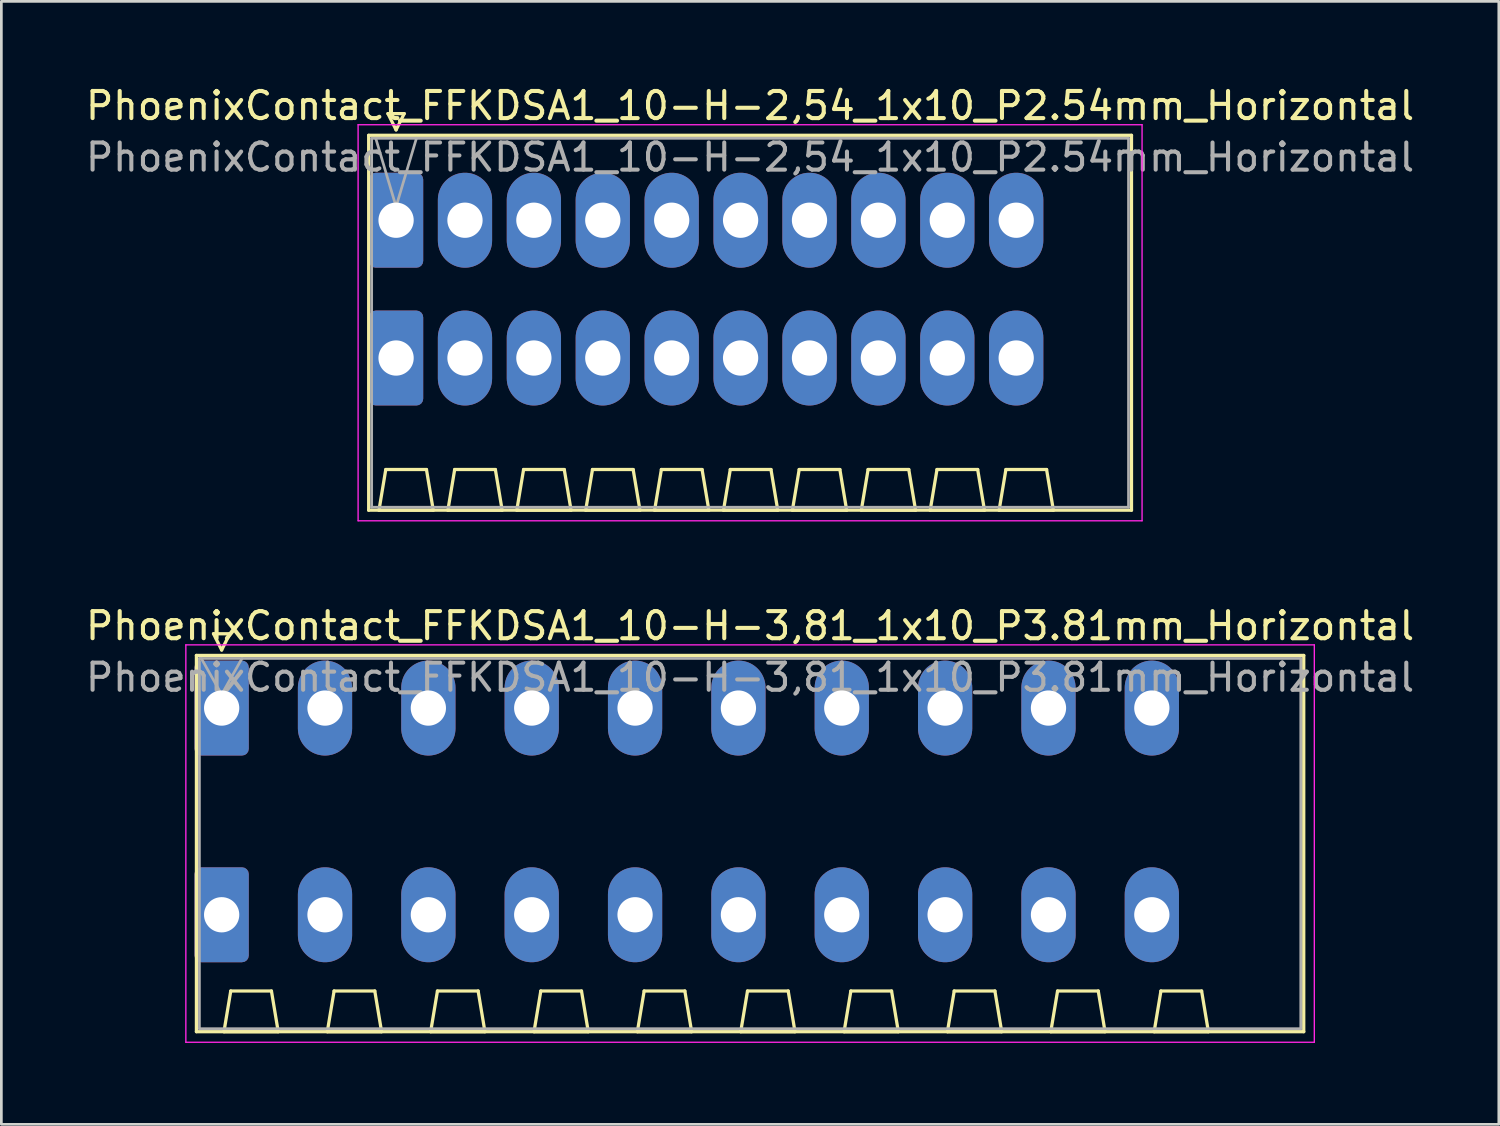
<source format=kicad_pcb>
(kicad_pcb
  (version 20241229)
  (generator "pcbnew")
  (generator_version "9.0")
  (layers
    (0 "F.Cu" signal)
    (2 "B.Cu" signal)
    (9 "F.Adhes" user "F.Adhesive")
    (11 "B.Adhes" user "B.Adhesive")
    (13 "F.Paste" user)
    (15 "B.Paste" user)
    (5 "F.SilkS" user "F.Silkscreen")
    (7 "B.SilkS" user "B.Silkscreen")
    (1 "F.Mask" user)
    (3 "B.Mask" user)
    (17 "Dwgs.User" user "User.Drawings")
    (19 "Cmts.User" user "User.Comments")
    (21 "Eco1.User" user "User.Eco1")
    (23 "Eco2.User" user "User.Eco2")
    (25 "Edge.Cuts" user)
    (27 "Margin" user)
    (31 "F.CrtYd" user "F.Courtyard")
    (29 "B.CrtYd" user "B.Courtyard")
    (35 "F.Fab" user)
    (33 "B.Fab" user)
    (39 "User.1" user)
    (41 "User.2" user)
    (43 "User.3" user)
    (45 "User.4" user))
  (footprint "PhoenixContact_FFKDSA1_10-H-3,81_1x10_P3.81mm_Horizontal"
    (layer "F.Cu")
    (at 5.121 23.052)
    (property "Reference" "PhoenixContact_FFKDSA1_10-H-3,81_1x10_P3.81mm_Horizontal" (at 19.48 -3.03 0) (layer "F.SilkS") (effects (font (size 1 1) (thickness 0.15))))
    (attr through_hole)
    (fp_line (start -0.93 -1.94) (end -0.93 11.93) (stroke (width 0.12) (type solid)) (layer "F.SilkS"))
    (fp_line (start -0.93 11.93) (end 39.89 11.93) (stroke (width 0.12) (type solid)) (layer "F.SilkS"))
    (fp_line (start -0.3 -2.74) (end 0.3 -2.74) (stroke (width 0.12) (type solid)) (layer "F.SilkS"))
    (fp_line (start 0 -2.14) (end -0.3 -2.74) (stroke (width 0.12) (type solid)) (layer "F.SilkS"))
    (fp_line (start 0.085 11.93) (end 2.085 11.93) (stroke (width 0.12) (type solid)) (layer "F.SilkS"))
    (fp_line (start 0.3 -2.74) (end 0 -2.14) (stroke (width 0.12) (type solid)) (layer "F.SilkS"))
    (fp_line (start 0.335 10.43) (end 0.085 11.93) (stroke (width 0.12) (type solid)) (layer "F.SilkS"))
    (fp_line (start 1.835 10.43) (end 0.335 10.43) (stroke (width 0.12) (type solid)) (layer "F.SilkS"))
    (fp_line (start 2.085 11.93) (end 1.835 10.43) (stroke (width 0.12) (type solid)) (layer "F.SilkS"))
    (fp_line (start 3.895 11.93) (end 5.895 11.93) (stroke (width 0.12) (type solid)) (layer "F.SilkS"))
    (fp_line (start 4.145 10.43) (end 3.895 11.93) (stroke (width 0.12) (type solid)) (layer "F.SilkS"))
    (fp_line (start 5.645 10.43) (end 4.145 10.43) (stroke (width 0.12) (type solid)) (layer "F.SilkS"))
    (fp_line (start 5.895 11.93) (end 5.645 10.43) (stroke (width 0.12) (type solid)) (layer "F.SilkS"))
    (fp_line (start 7.705 11.93) (end 9.705 11.93) (stroke (width 0.12) (type solid)) (layer "F.SilkS"))
    (fp_line (start 7.955 10.43) (end 7.705 11.93) (stroke (width 0.12) (type solid)) (layer "F.SilkS"))
    (fp_line (start 9.455 10.43) (end 7.955 10.43) (stroke (width 0.12) (type solid)) (layer "F.SilkS"))
    (fp_line (start 9.705 11.93) (end 9.455 10.43) (stroke (width 0.12) (type solid)) (layer "F.SilkS"))
    (fp_line (start 11.515 11.93) (end 13.515 11.93) (stroke (width 0.12) (type solid)) (layer "F.SilkS"))
    (fp_line (start 11.765 10.43) (end 11.515 11.93) (stroke (width 0.12) (type solid)) (layer "F.SilkS"))
    (fp_line (start 13.265 10.43) (end 11.765 10.43) (stroke (width 0.12) (type solid)) (layer "F.SilkS"))
    (fp_line (start 13.515 11.93) (end 13.265 10.43) (stroke (width 0.12) (type solid)) (layer "F.SilkS"))
    (fp_line (start 15.325 11.93) (end 17.325 11.93) (stroke (width 0.12) (type solid)) (layer "F.SilkS"))
    (fp_line (start 15.575 10.43) (end 15.325 11.93) (stroke (width 0.12) (type solid)) (layer "F.SilkS"))
    (fp_line (start 17.075 10.43) (end 15.575 10.43) (stroke (width 0.12) (type solid)) (layer "F.SilkS"))
    (fp_line (start 17.325 11.93) (end 17.075 10.43) (stroke (width 0.12) (type solid)) (layer "F.SilkS"))
    (fp_line (start 19.135 11.93) (end 21.135 11.93) (stroke (width 0.12) (type solid)) (layer "F.SilkS"))
    (fp_line (start 19.385 10.43) (end 19.135 11.93) (stroke (width 0.12) (type solid)) (layer "F.SilkS"))
    (fp_line (start 20.885 10.43) (end 19.385 10.43) (stroke (width 0.12) (type solid)) (layer "F.SilkS"))
    (fp_line (start 21.135 11.93) (end 20.885 10.43) (stroke (width 0.12) (type solid)) (layer "F.SilkS"))
    (fp_line (start 22.945 11.93) (end 24.945 11.93) (stroke (width 0.12) (type solid)) (layer "F.SilkS"))
    (fp_line (start 23.195 10.43) (end 22.945 11.93) (stroke (width 0.12) (type solid)) (layer "F.SilkS"))
    (fp_line (start 24.695 10.43) (end 23.195 10.43) (stroke (width 0.12) (type solid)) (layer "F.SilkS"))
    (fp_line (start 24.945 11.93) (end 24.695 10.43) (stroke (width 0.12) (type solid)) (layer "F.SilkS"))
    (fp_line (start 26.755 11.93) (end 28.755 11.93) (stroke (width 0.12) (type solid)) (layer "F.SilkS"))
    (fp_line (start 27.005 10.43) (end 26.755 11.93) (stroke (width 0.12) (type solid)) (layer "F.SilkS"))
    (fp_line (start 28.505 10.43) (end 27.005 10.43) (stroke (width 0.12) (type solid)) (layer "F.SilkS"))
    (fp_line (start 28.755 11.93) (end 28.505 10.43) (stroke (width 0.12) (type solid)) (layer "F.SilkS"))
    (fp_line (start 30.565 11.93) (end 32.565 11.93) (stroke (width 0.12) (type solid)) (layer "F.SilkS"))
    (fp_line (start 30.815 10.43) (end 30.565 11.93) (stroke (width 0.12) (type solid)) (layer "F.SilkS"))
    (fp_line (start 32.315 10.43) (end 30.815 10.43) (stroke (width 0.12) (type solid)) (layer "F.SilkS"))
    (fp_line (start 32.565 11.93) (end 32.315 10.43) (stroke (width 0.12) (type solid)) (layer "F.SilkS"))
    (fp_line (start 34.375 11.93) (end 36.375 11.93) (stroke (width 0.12) (type solid)) (layer "F.SilkS"))
    (fp_line (start 34.625 10.43) (end 34.375 11.93) (stroke (width 0.12) (type solid)) (layer "F.SilkS"))
    (fp_line (start 36.125 10.43) (end 34.625 10.43) (stroke (width 0.12) (type solid)) (layer "F.SilkS"))
    (fp_line (start 36.375 11.93) (end 36.125 10.43) (stroke (width 0.12) (type solid)) (layer "F.SilkS"))
    (fp_line (start 39.89 -1.94) (end -0.93 -1.94) (stroke (width 0.12) (type solid)) (layer "F.SilkS"))
    (fp_line (start 39.89 11.93) (end 39.89 -1.94) (stroke (width 0.12) (type solid)) (layer "F.SilkS"))
    (fp_line (start -1.32 -2.33) (end -1.32 12.32) (stroke (width 0.05) (type solid)) (layer "F.CrtYd"))
    (fp_line (start -1.32 12.32) (end 40.28 12.32) (stroke (width 0.05) (type solid)) (layer "F.CrtYd"))
    (fp_line (start 40.28 -2.33) (end -1.32 -2.33) (stroke (width 0.05) (type solid)) (layer "F.CrtYd"))
    (fp_line (start 40.28 12.32) (end 40.28 -2.33) (stroke (width 0.05) (type solid)) (layer "F.CrtYd"))
    (fp_line (start -0.82 -1.83) (end -0.82 11.82) (stroke (width 0.1) (type solid)) (layer "F.Fab"))
    (fp_line (start -0.82 11.82) (end 39.78 11.82) (stroke (width 0.1) (type solid)) (layer "F.Fab"))
    (fp_line (start 0 -0.5) (end -0.75 -1.83) (stroke (width 0.1) (type solid)) (layer "F.Fab"))
    (fp_line (start 0.75 -1.83) (end 0 -0.5) (stroke (width 0.1) (type solid)) (layer "F.Fab"))
    (fp_line (start 39.78 -1.83) (end -0.82 -1.83) (stroke (width 0.1) (type solid)) (layer "F.Fab"))
    (fp_line (start 39.78 11.82) (end 39.78 -1.83) (stroke (width 0.1) (type solid)) (layer "F.Fab"))
    (fp_text user "${REFERENCE}" (at 19.48 -1.13 0) (layer "F.Fab") (effects (font (size 1 1) (thickness 0.15))))
    (pad "1" thru_hole roundrect (at 0 0) (size 2 3.5) (drill 1.3) (layers "*.Cu" "*.Mask") (roundrect_rratio 0.125))
    (pad "1" thru_hole roundrect (at 0 7.62) (size 2 3.5) (drill 1.3) (layers "*.Cu" "*.Mask") (roundrect_rratio 0.125))
    (pad "2" thru_hole oval (at 3.81 0) (size 2 3.5) (drill 1.3) (layers "*.Cu" "*.Mask"))
    (pad "2" thru_hole oval (at 3.81 7.62) (size 2 3.5) (drill 1.3) (layers "*.Cu" "*.Mask"))
    (pad "3" thru_hole oval (at 7.62 0) (size 2 3.5) (drill 1.3) (layers "*.Cu" "*.Mask"))
    (pad "3" thru_hole oval (at 7.62 7.62) (size 2 3.5) (drill 1.3) (layers "*.Cu" "*.Mask"))
    (pad "4" thru_hole oval (at 11.43 0) (size 2 3.5) (drill 1.3) (layers "*.Cu" "*.Mask"))
    (pad "4" thru_hole oval (at 11.43 7.62) (size 2 3.5) (drill 1.3) (layers "*.Cu" "*.Mask"))
    (pad "5" thru_hole oval (at 15.24 0) (size 2 3.5) (drill 1.3) (layers "*.Cu" "*.Mask"))
    (pad "5" thru_hole oval (at 15.24 7.62) (size 2 3.5) (drill 1.3) (layers "*.Cu" "*.Mask"))
    (pad "6" thru_hole oval (at 19.05 0) (size 2 3.5) (drill 1.3) (layers "*.Cu" "*.Mask"))
    (pad "6" thru_hole oval (at 19.05 7.62) (size 2 3.5) (drill 1.3) (layers "*.Cu" "*.Mask"))
    (pad "7" thru_hole oval (at 22.86 0) (size 2 3.5) (drill 1.3) (layers "*.Cu" "*.Mask"))
    (pad "7" thru_hole oval (at 22.86 7.62) (size 2 3.5) (drill 1.3) (layers "*.Cu" "*.Mask"))
    (pad "8" thru_hole oval (at 26.67 0) (size 2 3.5) (drill 1.3) (layers "*.Cu" "*.Mask"))
    (pad "8" thru_hole oval (at 26.67 7.62) (size 2 3.5) (drill 1.3) (layers "*.Cu" "*.Mask"))
    (pad "9" thru_hole oval (at 30.48 0) (size 2 3.5) (drill 1.3) (layers "*.Cu" "*.Mask"))
    (pad "9" thru_hole oval (at 30.48 7.62) (size 2 3.5) (drill 1.3) (layers "*.Cu" "*.Mask"))
    (pad "10" thru_hole oval (at 34.29 0) (size 2 3.5) (drill 1.3) (layers "*.Cu" "*.Mask"))
    (pad "10" thru_hole oval (at 34.29 7.62) (size 2 3.5) (drill 1.3) (layers "*.Cu" "*.Mask")))
  (footprint "PhoenixContact_FFKDSA1_10-H-2,54_1x10_P2.54mm_Horizontal"
    (layer "F.Cu")
    (at 11.551 5.068)
    (property "Reference" "PhoenixContact_FFKDSA1_10-H-2,54_1x10_P2.54mm_Horizontal" (at 13.05 -4.22 0) (layer "F.SilkS") (effects (font (size 1 1) (thickness 0.15))))
    (attr through_hole)
    (fp_line (start -1.01 -3.13) (end -1.01 10.69) (stroke (width 0.12) (type solid)) (layer "F.SilkS"))
    (fp_line (start -1.01 10.69) (end 27.11 10.69) (stroke (width 0.12) (type solid)) (layer "F.SilkS"))
    (fp_line (start -0.63 10.69) (end 1.37 10.69) (stroke (width 0.12) (type solid)) (layer "F.SilkS"))
    (fp_line (start -0.38 9.19) (end -0.63 10.69) (stroke (width 0.12) (type solid)) (layer "F.SilkS"))
    (fp_line (start -0.3 -3.93) (end 0.3 -3.93) (stroke (width 0.12) (type solid)) (layer "F.SilkS"))
    (fp_line (start 0 -3.33) (end -0.3 -3.93) (stroke (width 0.12) (type solid)) (layer "F.SilkS"))
    (fp_line (start 0.3 -3.93) (end 0 -3.33) (stroke (width 0.12) (type solid)) (layer "F.SilkS"))
    (fp_line (start 1.12 9.19) (end -0.38 9.19) (stroke (width 0.12) (type solid)) (layer "F.SilkS"))
    (fp_line (start 1.37 10.69) (end 1.12 9.19) (stroke (width 0.12) (type solid)) (layer "F.SilkS"))
    (fp_line (start 1.91 10.69) (end 3.91 10.69) (stroke (width 0.12) (type solid)) (layer "F.SilkS"))
    (fp_line (start 2.16 9.19) (end 1.91 10.69) (stroke (width 0.12) (type solid)) (layer "F.SilkS"))
    (fp_line (start 3.66 9.19) (end 2.16 9.19) (stroke (width 0.12) (type solid)) (layer "F.SilkS"))
    (fp_line (start 3.91 10.69) (end 3.66 9.19) (stroke (width 0.12) (type solid)) (layer "F.SilkS"))
    (fp_line (start 4.45 10.69) (end 6.45 10.69) (stroke (width 0.12) (type solid)) (layer "F.SilkS"))
    (fp_line (start 4.7 9.19) (end 4.45 10.69) (stroke (width 0.12) (type solid)) (layer "F.SilkS"))
    (fp_line (start 6.2 9.19) (end 4.7 9.19) (stroke (width 0.12) (type solid)) (layer "F.SilkS"))
    (fp_line (start 6.45 10.69) (end 6.2 9.19) (stroke (width 0.12) (type solid)) (layer "F.SilkS"))
    (fp_line (start 6.99 10.69) (end 8.99 10.69) (stroke (width 0.12) (type solid)) (layer "F.SilkS"))
    (fp_line (start 7.24 9.19) (end 6.99 10.69) (stroke (width 0.12) (type solid)) (layer "F.SilkS"))
    (fp_line (start 8.74 9.19) (end 7.24 9.19) (stroke (width 0.12) (type solid)) (layer "F.SilkS"))
    (fp_line (start 8.99 10.69) (end 8.74 9.19) (stroke (width 0.12) (type solid)) (layer "F.SilkS"))
    (fp_line (start 9.53 10.69) (end 11.53 10.69) (stroke (width 0.12) (type solid)) (layer "F.SilkS"))
    (fp_line (start 9.78 9.19) (end 9.53 10.69) (stroke (width 0.12) (type solid)) (layer "F.SilkS"))
    (fp_line (start 11.28 9.19) (end 9.78 9.19) (stroke (width 0.12) (type solid)) (layer "F.SilkS"))
    (fp_line (start 11.53 10.69) (end 11.28 9.19) (stroke (width 0.12) (type solid)) (layer "F.SilkS"))
    (fp_line (start 12.07 10.69) (end 14.07 10.69) (stroke (width 0.12) (type solid)) (layer "F.SilkS"))
    (fp_line (start 12.32 9.19) (end 12.07 10.69) (stroke (width 0.12) (type solid)) (layer "F.SilkS"))
    (fp_line (start 13.82 9.19) (end 12.32 9.19) (stroke (width 0.12) (type solid)) (layer "F.SilkS"))
    (fp_line (start 14.07 10.69) (end 13.82 9.19) (stroke (width 0.12) (type solid)) (layer "F.SilkS"))
    (fp_line (start 14.61 10.69) (end 16.61 10.69) (stroke (width 0.12) (type solid)) (layer "F.SilkS"))
    (fp_line (start 14.86 9.19) (end 14.61 10.69) (stroke (width 0.12) (type solid)) (layer "F.SilkS"))
    (fp_line (start 16.36 9.19) (end 14.86 9.19) (stroke (width 0.12) (type solid)) (layer "F.SilkS"))
    (fp_line (start 16.61 10.69) (end 16.36 9.19) (stroke (width 0.12) (type solid)) (layer "F.SilkS"))
    (fp_line (start 17.15 10.69) (end 19.15 10.69) (stroke (width 0.12) (type solid)) (layer "F.SilkS"))
    (fp_line (start 17.4 9.19) (end 17.15 10.69) (stroke (width 0.12) (type solid)) (layer "F.SilkS"))
    (fp_line (start 18.9 9.19) (end 17.4 9.19) (stroke (width 0.12) (type solid)) (layer "F.SilkS"))
    (fp_line (start 19.15 10.69) (end 18.9 9.19) (stroke (width 0.12) (type solid)) (layer "F.SilkS"))
    (fp_line (start 19.69 10.69) (end 21.69 10.69) (stroke (width 0.12) (type solid)) (layer "F.SilkS"))
    (fp_line (start 19.94 9.19) (end 19.69 10.69) (stroke (width 0.12) (type solid)) (layer "F.SilkS"))
    (fp_line (start 21.44 9.19) (end 19.94 9.19) (stroke (width 0.12) (type solid)) (layer "F.SilkS"))
    (fp_line (start 21.69 10.69) (end 21.44 9.19) (stroke (width 0.12) (type solid)) (layer "F.SilkS"))
    (fp_line (start 22.23 10.69) (end 24.23 10.69) (stroke (width 0.12) (type solid)) (layer "F.SilkS"))
    (fp_line (start 22.48 9.19) (end 22.23 10.69) (stroke (width 0.12) (type solid)) (layer "F.SilkS"))
    (fp_line (start 23.98 9.19) (end 22.48 9.19) (stroke (width 0.12) (type solid)) (layer "F.SilkS"))
    (fp_line (start 24.23 10.69) (end 23.98 9.19) (stroke (width 0.12) (type solid)) (layer "F.SilkS"))
    (fp_line (start 27.11 -3.13) (end -1.01 -3.13) (stroke (width 0.12) (type solid)) (layer "F.SilkS"))
    (fp_line (start 27.11 10.69) (end 27.11 -3.13) (stroke (width 0.12) (type solid)) (layer "F.SilkS"))
    (fp_line (start -1.4 -3.52) (end -1.4 11.08) (stroke (width 0.05) (type solid)) (layer "F.CrtYd"))
    (fp_line (start -1.4 11.08) (end 27.5 11.08) (stroke (width 0.05) (type solid)) (layer "F.CrtYd"))
    (fp_line (start 27.5 -3.52) (end -1.4 -3.52) (stroke (width 0.05) (type solid)) (layer "F.CrtYd"))
    (fp_line (start 27.5 11.08) (end 27.5 -3.52) (stroke (width 0.05) (type solid)) (layer "F.CrtYd"))
    (fp_line (start -0.9 -3.02) (end -0.9 10.58) (stroke (width 0.1) (type solid)) (layer "F.Fab"))
    (fp_line (start -0.9 10.58) (end 27 10.58) (stroke (width 0.1) (type solid)) (layer "F.Fab"))
    (fp_line (start 0 -0.5) (end -0.75 -3.02) (stroke (width 0.1) (type solid)) (layer "F.Fab"))
    (fp_line (start 0.75 -3.02) (end 0 -0.5) (stroke (width 0.1) (type solid)) (layer "F.Fab"))
    (fp_line (start 27 -3.02) (end -0.9 -3.02) (stroke (width 0.1) (type solid)) (layer "F.Fab"))
    (fp_line (start 27 10.58) (end 27 -3.02) (stroke (width 0.1) (type solid)) (layer "F.Fab"))
    (fp_text user "${REFERENCE}" (at 13.05 -2.32 0) (layer "F.Fab") (effects (font (size 1 1) (thickness 0.15))))
    (pad "1" thru_hole roundrect (at 0 0) (size 2 3.5) (drill 1.3) (layers "*.Cu" "*.Mask") (roundrect_rratio 0.125))
    (pad "1" thru_hole roundrect (at 0 5.08) (size 2 3.5) (drill 1.3) (layers "*.Cu" "*.Mask") (roundrect_rratio 0.125))
    (pad "2" thru_hole oval (at 2.54 0) (size 2 3.5) (drill 1.3) (layers "*.Cu" "*.Mask"))
    (pad "2" thru_hole oval (at 2.54 5.08) (size 2 3.5) (drill 1.3) (layers "*.Cu" "*.Mask"))
    (pad "3" thru_hole oval (at 5.08 0) (size 2 3.5) (drill 1.3) (layers "*.Cu" "*.Mask"))
    (pad "3" thru_hole oval (at 5.08 5.08) (size 2 3.5) (drill 1.3) (layers "*.Cu" "*.Mask"))
    (pad "4" thru_hole oval (at 7.62 0) (size 2 3.5) (drill 1.3) (layers "*.Cu" "*.Mask"))
    (pad "4" thru_hole oval (at 7.62 5.08) (size 2 3.5) (drill 1.3) (layers "*.Cu" "*.Mask"))
    (pad "5" thru_hole oval (at 10.16 0) (size 2 3.5) (drill 1.3) (layers "*.Cu" "*.Mask"))
    (pad "5" thru_hole oval (at 10.16 5.08) (size 2 3.5) (drill 1.3) (layers "*.Cu" "*.Mask"))
    (pad "6" thru_hole oval (at 12.7 0) (size 2 3.5) (drill 1.3) (layers "*.Cu" "*.Mask"))
    (pad "6" thru_hole oval (at 12.7 5.08) (size 2 3.5) (drill 1.3) (layers "*.Cu" "*.Mask"))
    (pad "7" thru_hole oval (at 15.24 0) (size 2 3.5) (drill 1.3) (layers "*.Cu" "*.Mask"))
    (pad "7" thru_hole oval (at 15.24 5.08) (size 2 3.5) (drill 1.3) (layers "*.Cu" "*.Mask"))
    (pad "8" thru_hole oval (at 17.78 0) (size 2 3.5) (drill 1.3) (layers "*.Cu" "*.Mask"))
    (pad "8" thru_hole oval (at 17.78 5.08) (size 2 3.5) (drill 1.3) (layers "*.Cu" "*.Mask"))
    (pad "9" thru_hole oval (at 20.32 0) (size 2 3.5) (drill 1.3) (layers "*.Cu" "*.Mask"))
    (pad "9" thru_hole oval (at 20.32 5.08) (size 2 3.5) (drill 1.3) (layers "*.Cu" "*.Mask"))
    (pad "10" thru_hole oval (at 22.86 0) (size 2 3.5) (drill 1.3) (layers "*.Cu" "*.Mask"))
    (pad "10" thru_hole oval (at 22.86 5.08) (size 2 3.5) (drill 1.3) (layers "*.Cu" "*.Mask")))
  (gr_rect
    (start -3 -3)
    (end 52.202 38.397)
    (stroke (width 0.1) (type default))
    (fill no)
    (layer "Edge.Cuts")))
</source>
